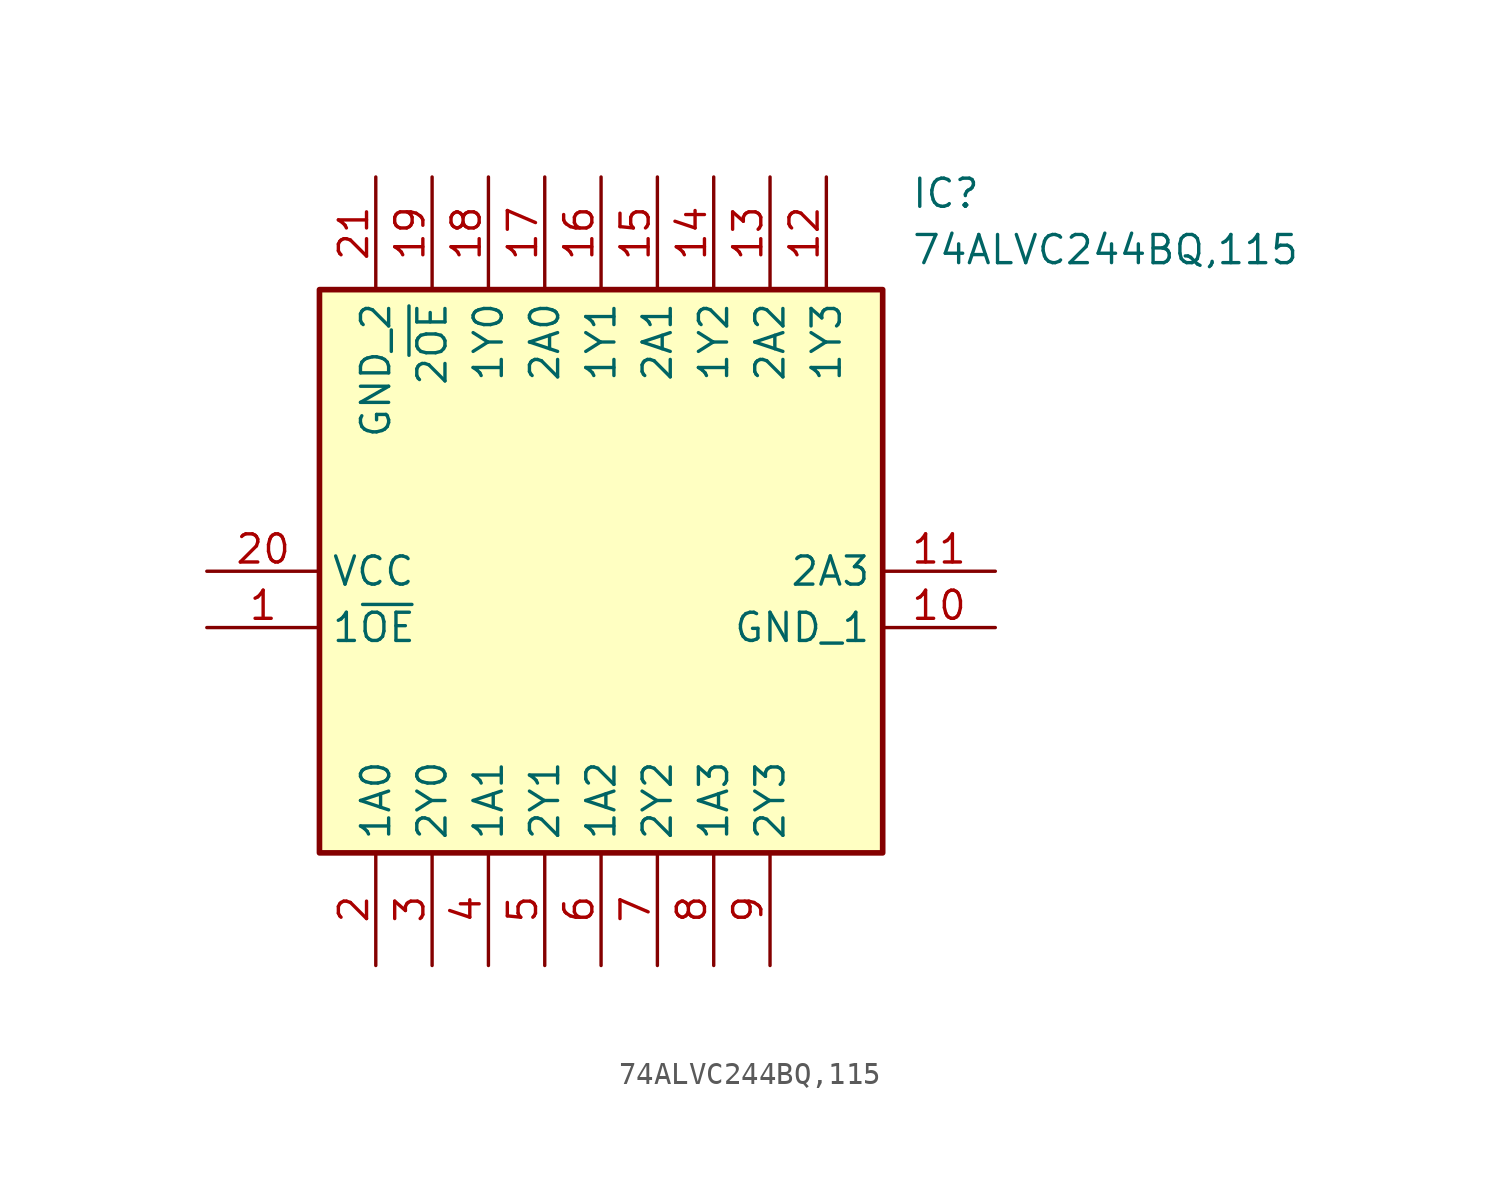
<source format=kicad_sym>
(kicad_symbol_lib
  (version 20211014)
  (generator SamacSys_ECAD_Model)
  (symbol "74ALVC244BQ,115"
    (property "Reference" "IC"
      (at 31.75 17.78 0)
      (effects (font (size 1.27 1.27)) (justify left top)))
    (property "Value" "74ALVC244BQ,115"
      (at 31.75 15.24 0)
      (effects (font (size 1.27 1.27)) (justify left top)))
    (rectangle
      (start 5.08 12.7)
      (end 30.48 -12.7)
      (stroke (width 0.254) (type default))
      (fill (type background)))
    (pin passive line
      (at 0 -2.54 0)
      (length 5.08)
      (name "1~{OE}" (effects (font (size 1.27 1.27))))
      (number "1" (effects (font (size 1.27 1.27)))))
    (pin passive line
      (at 7.62 -17.78 90)
      (length 5.08)
      (name "1A0" (effects (font (size 1.27 1.27))))
      (number "2" (effects (font (size 1.27 1.27)))))
    (pin passive line
      (at 10.16 -17.78 90)
      (length 5.08)
      (name "2Y0" (effects (font (size 1.27 1.27))))
      (number "3" (effects (font (size 1.27 1.27)))))
    (pin passive line
      (at 12.7 -17.78 90)
      (length 5.08)
      (name "1A1" (effects (font (size 1.27 1.27))))
      (number "4" (effects (font (size 1.27 1.27)))))
    (pin passive line
      (at 15.24 -17.78 90)
      (length 5.08)
      (name "2Y1" (effects (font (size 1.27 1.27))))
      (number "5" (effects (font (size 1.27 1.27)))))
    (pin passive line
      (at 17.78 -17.78 90)
      (length 5.08)
      (name "1A2" (effects (font (size 1.27 1.27))))
      (number "6" (effects (font (size 1.27 1.27)))))
    (pin passive line
      (at 20.32 -17.78 90)
      (length 5.08)
      (name "2Y2" (effects (font (size 1.27 1.27))))
      (number "7" (effects (font (size 1.27 1.27)))))
    (pin passive line
      (at 22.86 -17.78 90)
      (length 5.08)
      (name "1A3" (effects (font (size 1.27 1.27))))
      (number "8" (effects (font (size 1.27 1.27)))))
    (pin passive line
      (at 25.4 -17.78 90)
      (length 5.08)
      (name "2Y3" (effects (font (size 1.27 1.27))))
      (number "9" (effects (font (size 1.27 1.27)))))
    (pin passive line
      (at 35.56 -2.54 180)
      (length 5.08)
      (name "GND_1" (effects (font (size 1.27 1.27))))
      (number "10" (effects (font (size 1.27 1.27)))))
    (pin passive line
      (at 35.56 0 180)
      (length 5.08)
      (name "2A3" (effects (font (size 1.27 1.27))))
      (number "11" (effects (font (size 1.27 1.27)))))
    (pin passive line
      (at 27.94 17.78 270)
      (length 5.08)
      (name "1Y3" (effects (font (size 1.27 1.27))))
      (number "12" (effects (font (size 1.27 1.27)))))
    (pin passive line
      (at 25.4 17.78 270)
      (length 5.08)
      (name "2A2" (effects (font (size 1.27 1.27))))
      (number "13" (effects (font (size 1.27 1.27)))))
    (pin passive line
      (at 22.86 17.78 270)
      (length 5.08)
      (name "1Y2" (effects (font (size 1.27 1.27))))
      (number "14" (effects (font (size 1.27 1.27)))))
    (pin passive line
      (at 20.32 17.78 270)
      (length 5.08)
      (name "2A1" (effects (font (size 1.27 1.27))))
      (number "15" (effects (font (size 1.27 1.27)))))
    (pin passive line
      (at 17.78 17.78 270)
      (length 5.08)
      (name "1Y1" (effects (font (size 1.27 1.27))))
      (number "16" (effects (font (size 1.27 1.27)))))
    (pin passive line
      (at 15.24 17.78 270)
      (length 5.08)
      (name "2A0" (effects (font (size 1.27 1.27))))
      (number "17" (effects (font (size 1.27 1.27)))))
    (pin passive line
      (at 12.7 17.78 270)
      (length 5.08)
      (name "1Y0" (effects (font (size 1.27 1.27))))
      (number "18" (effects (font (size 1.27 1.27)))))
    (pin passive line
      (at 10.16 17.78 270)
      (length 5.08)
      (name "2~{OE}" (effects (font (size 1.27 1.27))))
      (number "19" (effects (font (size 1.27 1.27)))))
    (pin passive line
      (at 0 0 0)
      (length 5.08)
      (name "VCC" (effects (font (size 1.27 1.27))))
      (number "20" (effects (font (size 1.27 1.27)))))
    (pin passive line
      (at 7.62 17.78 270)
      (length 5.08)
      (name "GND_2" (effects (font (size 1.27 1.27))))
      (number "21" (effects (font (size 1.27 1.27)))))))
</source>
